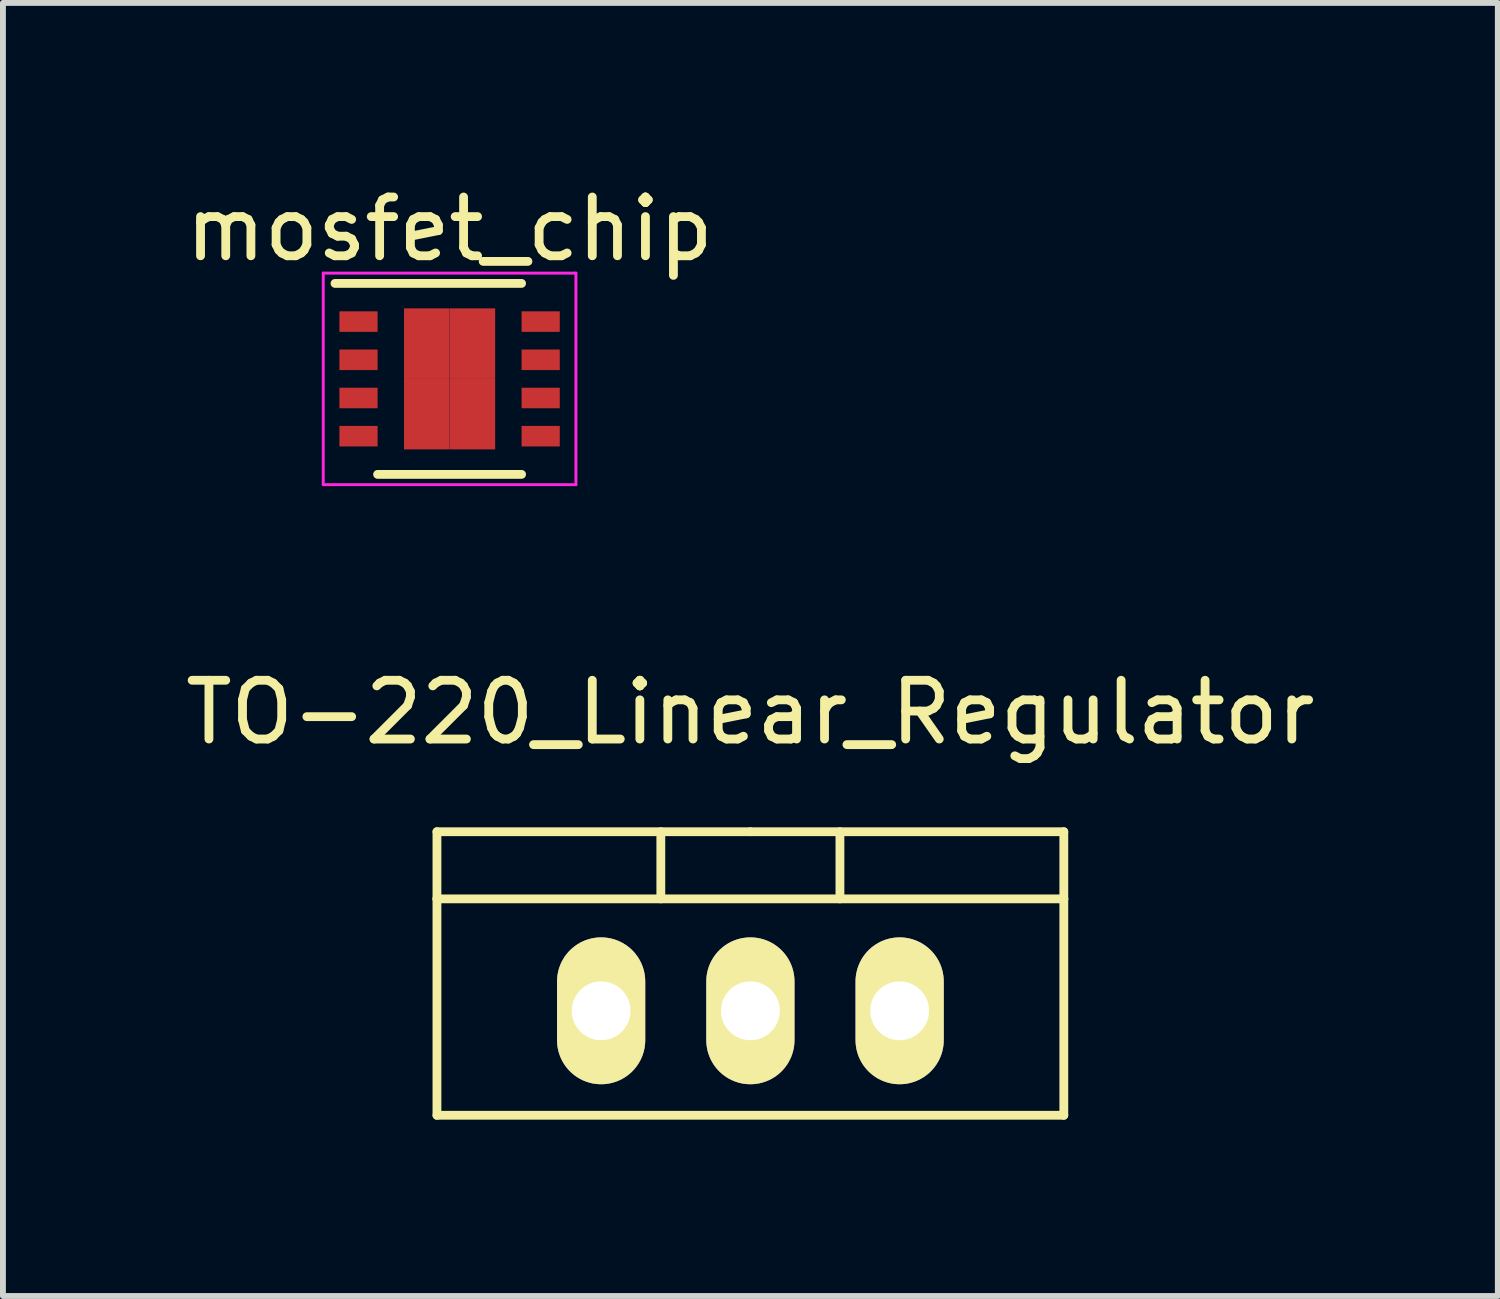
<source format=kicad_pcb>
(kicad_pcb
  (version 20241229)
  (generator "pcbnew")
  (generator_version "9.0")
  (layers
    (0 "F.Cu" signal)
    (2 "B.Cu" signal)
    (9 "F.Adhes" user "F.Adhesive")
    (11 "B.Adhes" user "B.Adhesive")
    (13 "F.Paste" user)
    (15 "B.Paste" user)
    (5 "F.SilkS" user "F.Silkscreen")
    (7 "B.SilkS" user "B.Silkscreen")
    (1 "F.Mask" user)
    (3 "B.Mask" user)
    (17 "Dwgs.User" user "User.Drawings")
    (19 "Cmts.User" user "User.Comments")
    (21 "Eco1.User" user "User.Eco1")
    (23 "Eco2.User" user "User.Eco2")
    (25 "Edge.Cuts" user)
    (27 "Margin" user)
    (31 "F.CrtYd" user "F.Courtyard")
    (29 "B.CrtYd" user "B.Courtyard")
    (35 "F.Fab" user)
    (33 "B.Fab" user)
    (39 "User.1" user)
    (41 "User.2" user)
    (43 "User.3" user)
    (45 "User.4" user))
  (footprint "TO-220_Linear_Regulator"
    (layer "F.Cu")
    (at 9.72 14.152)
    (property "Reference" "TO-220_Linear_Regulator" (at 0 -5.08 0) (layer "F.SilkS") (effects (font (size 1 1) (thickness 0.15))))
    (attr through_hole)
    (fp_line (start -5.334 -1.905) (end -5.334 -3.048) (stroke (width 0.15) (type solid)) (layer "F.SilkS"))
    (fp_line (start -5.334 1.778) (end -5.334 -1.905) (stroke (width 0.15) (type solid)) (layer "F.SilkS"))
    (fp_line (start -1.524 -3.048) (end -1.524 -1.905) (stroke (width 0.15) (type solid)) (layer "F.SilkS"))
    (fp_line (start 0 -3.048) (end -5.334 -3.048) (stroke (width 0.15) (type solid)) (layer "F.SilkS"))
    (fp_line (start 0 -3.048) (end 5.334 -3.048) (stroke (width 0.15) (type solid)) (layer "F.SilkS"))
    (fp_line (start 1.524 -3.048) (end 1.524 -1.905) (stroke (width 0.15) (type solid)) (layer "F.SilkS"))
    (fp_line (start 5.334 -3.048) (end 5.334 -1.905) (stroke (width 0.15) (type solid)) (layer "F.SilkS"))
    (fp_line (start 5.334 -1.905) (end -5.334 -1.905) (stroke (width 0.15) (type solid)) (layer "F.SilkS"))
    (fp_line (start 5.334 -1.905) (end 5.334 1.778) (stroke (width 0.15) (type solid)) (layer "F.SilkS"))
    (fp_line (start 5.334 1.778) (end -5.334 1.778) (stroke (width 0.15) (type solid)) (layer "F.SilkS"))
    (pad "1" thru_hole oval (at -2.54 0 90) (size 2.499 1.501) (drill 1.001) (layers "*.Cu" "*.Mask" "F.SilkS"))
    (pad "2" thru_hole oval (at 0 0 90) (size 2.499 1.501) (drill 1.001) (layers "*.Cu" "*.Mask" "F.SilkS"))
    (pad "3" thru_hole oval (at 2.54 0 90) (size 2.499 1.501) (drill 1.001) (layers "*.Cu" "*.Mask" "F.SilkS")))
  (footprint "mosfet_chip"
    (layer "F.Cu")
    (at 4.601 3.398)
    (property "Reference" "mosfet_chip" (at 0 -2.55 0) (layer "F.SilkS") (effects (font (size 1 1) (thickness 0.15))))
    (attr smd)
    (fp_line (start -1.95 -1.625) (end 1.225 -1.625) (stroke (width 0.15) (type solid)) (layer "F.SilkS"))
    (fp_line (start -1.225 1.625) (end 1.225 1.625) (stroke (width 0.15) (type solid)) (layer "F.SilkS"))
    (fp_line (start -2.15 -1.8) (end -2.15 1.8) (stroke (width 0.05) (type solid)) (layer "F.CrtYd"))
    (fp_line (start -2.15 -1.8) (end 2.15 -1.8) (stroke (width 0.05) (type solid)) (layer "F.CrtYd"))
    (fp_line (start -2.15 1.8) (end 2.15 1.8) (stroke (width 0.05) (type solid)) (layer "F.CrtYd"))
    (fp_line (start 2.15 -1.8) (end 2.15 1.8) (stroke (width 0.05) (type solid)) (layer "F.CrtYd"))
    (pad "1" smd rect (at -1.55 0.975) (size 0.65 0.35) (layers "F.Cu" "F.Mask" "F.Paste"))
    (pad "2" smd rect (at 1.55 -0.975) (size 0.65 0.35) (layers "F.Cu" "F.Mask" "F.Paste"))
    (pad "2" smd rect (at 1.55 -0.325) (size 0.65 0.35) (layers "F.Cu" "F.Mask" "F.Paste"))
    (pad "2" smd rect (at 1.55 0.325) (size 0.65 0.35) (layers "F.Cu" "F.Mask" "F.Paste"))
    (pad "2" smd rect (at 1.55 0.975) (size 0.65 0.35) (layers "F.Cu" "F.Mask" "F.Paste"))
    (pad "3" smd rect (at -1.55 -0.975) (size 0.65 0.35) (layers "F.Cu" "F.Mask" "F.Paste"))
    (pad "3" smd rect (at -1.55 -0.325) (size 0.65 0.35) (layers "F.Cu" "F.Mask" "F.Paste"))
    (pad "3" smd rect (at -1.55 0.325) (size 0.65 0.35) (layers "F.Cu" "F.Mask" "F.Paste"))
    (pad "9" smd rect (at -0.388 -0.6) (size 0.775 1.2) (layers "F.Cu" "F.Mask" "F.Paste"))
    (pad "9" smd rect (at -0.388 0.6) (size 0.775 1.2) (layers "F.Cu" "F.Mask" "F.Paste"))
    (pad "9" smd rect (at 0.388 -0.6) (size 0.775 1.2) (layers "F.Cu" "F.Mask" "F.Paste"))
    (pad "9" smd rect (at 0.388 0.6) (size 0.775 1.2) (layers "F.Cu" "F.Mask" "F.Paste")))
  (gr_rect
    (start -3 -3)
    (end 22.44 19.005)
    (stroke (width 0.1) (type default))
    (fill no)
    (layer "Edge.Cuts")))
</source>
